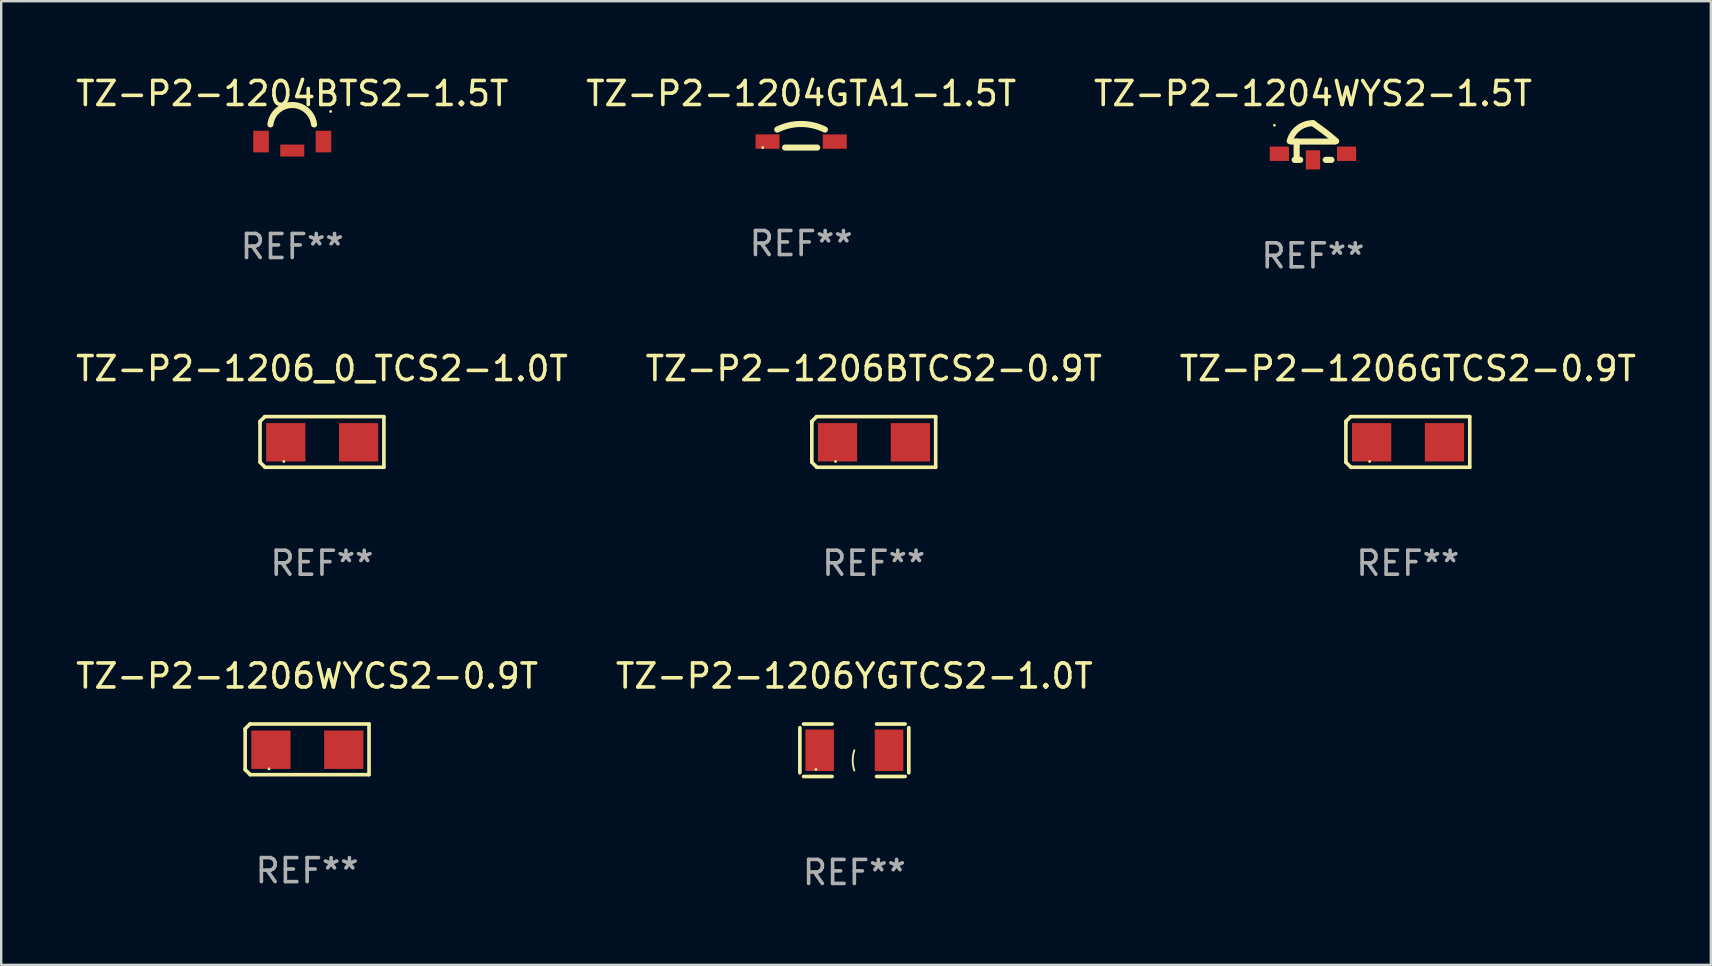
<source format=kicad_pcb>
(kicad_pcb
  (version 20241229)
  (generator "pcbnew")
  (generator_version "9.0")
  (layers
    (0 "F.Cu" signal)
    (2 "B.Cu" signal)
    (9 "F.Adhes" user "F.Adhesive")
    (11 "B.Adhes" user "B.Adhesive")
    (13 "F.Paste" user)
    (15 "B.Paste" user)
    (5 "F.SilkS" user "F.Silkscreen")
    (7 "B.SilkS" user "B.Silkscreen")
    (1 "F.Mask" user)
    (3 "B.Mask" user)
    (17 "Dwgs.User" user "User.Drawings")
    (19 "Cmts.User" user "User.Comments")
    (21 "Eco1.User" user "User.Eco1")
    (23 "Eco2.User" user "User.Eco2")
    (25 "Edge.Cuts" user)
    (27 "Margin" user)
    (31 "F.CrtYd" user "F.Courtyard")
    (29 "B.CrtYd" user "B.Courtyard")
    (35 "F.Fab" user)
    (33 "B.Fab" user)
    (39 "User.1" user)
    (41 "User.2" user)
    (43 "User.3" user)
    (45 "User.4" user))
  (footprint "TZ-P2-1206WYCS2-0.9T"
    (layer "F.Cu")
    (at 9.744 28.168)
    (property "Reference" "TZ-P2-1206WYCS2-0.9T" (at 0 -3.055 0) (layer "F.SilkS") (effects (font (size 1 1) (thickness 0.15))))
    (attr through_hole)
    (fp_line (start -2.58 -0.855) (end -2.38 -1.055) (stroke (width 0.15) (type solid)) (layer "F.SilkS"))
    (fp_line (start -2.58 -0.775) (end -2.58 -0.855) (stroke (width 0.15) (type solid)) (layer "F.SilkS"))
    (fp_line (start -2.58 -0.775) (end -2.58 0.845) (stroke (width 0.15) (type solid)) (layer "F.SilkS"))
    (fp_line (start -2.58 0.845) (end -2.37 1.055) (stroke (width 0.15) (type solid)) (layer "F.SilkS"))
    (fp_line (start -2.38 -1.055) (end 2.58 -1.055) (stroke (width 0.15) (type solid)) (layer "F.SilkS"))
    (fp_line (start 2.58 -1.055) (end 2.58 1.055) (stroke (width 0.15) (type solid)) (layer "F.SilkS"))
    (fp_line (start 2.58 1.055) (end -2.37 1.055) (stroke (width 0.15) (type solid)) (layer "F.SilkS"))
    (fp_circle (center -1.59 0.815) (end -1.56 0.815) (stroke (width 0.06) (type solid)) (fill no) (layer "F.SilkS"))
    (fp_text user "REF**" (at 0 5.055 0) (layer "F.Fab") (effects (font (size 1 1) (thickness 0.15))))
    (pad "1" smd rect (at -1.507 0.015) (size 1.635 1.6) (layers "F.Cu" "F.Mask" "F.Paste"))
    (pad "2" smd rect (at 1.527 0.015) (size 1.635 1.6) (layers "F.Cu" "F.Mask" "F.Paste")))
  (footprint "TZ-P2-1206GTCS2-0.9T"
    (layer "F.Cu")
    (at 55.601 15.362)
    (property "Reference" "TZ-P2-1206GTCS2-0.9T" (at 0 -3.055 0) (layer "F.SilkS") (effects (font (size 1 1) (thickness 0.15))))
    (attr through_hole)
    (fp_line (start -2.58 -0.855) (end -2.38 -1.055) (stroke (width 0.15) (type solid)) (layer "F.SilkS"))
    (fp_line (start -2.58 -0.775) (end -2.58 -0.855) (stroke (width 0.15) (type solid)) (layer "F.SilkS"))
    (fp_line (start -2.58 -0.775) (end -2.58 0.845) (stroke (width 0.15) (type solid)) (layer "F.SilkS"))
    (fp_line (start -2.58 0.845) (end -2.37 1.055) (stroke (width 0.15) (type solid)) (layer "F.SilkS"))
    (fp_line (start -2.38 -1.055) (end 2.58 -1.055) (stroke (width 0.15) (type solid)) (layer "F.SilkS"))
    (fp_line (start 2.58 -1.055) (end 2.58 1.055) (stroke (width 0.15) (type solid)) (layer "F.SilkS"))
    (fp_line (start 2.58 1.055) (end -2.37 1.055) (stroke (width 0.15) (type solid)) (layer "F.SilkS"))
    (fp_circle (center -1.59 0.815) (end -1.56 0.815) (stroke (width 0.06) (type solid)) (fill no) (layer "F.SilkS"))
    (fp_text user "REF**" (at 0 5.055 0) (layer "F.Fab") (effects (font (size 1 1) (thickness 0.15))))
    (pad "1" smd rect (at -1.507 0.015) (size 1.635 1.6) (layers "F.Cu" "F.Mask" "F.Paste"))
    (pad "2" smd rect (at 1.527 0.015) (size 1.635 1.6) (layers "F.Cu" "F.Mask" "F.Paste")))
  (footprint "TZ-P2-1206_0_TCS2-1.0T"
    (layer "F.Cu")
    (at 10.363 15.362)
    (property "Reference" "TZ-P2-1206_0_TCS2-1.0T" (at 0 -3.055 0) (layer "F.SilkS") (effects (font (size 1 1) (thickness 0.15))))
    (attr through_hole)
    (fp_line (start -2.58 -0.855) (end -2.38 -1.055) (stroke (width 0.15) (type solid)) (layer "F.SilkS"))
    (fp_line (start -2.58 -0.775) (end -2.58 -0.855) (stroke (width 0.15) (type solid)) (layer "F.SilkS"))
    (fp_line (start -2.58 -0.775) (end -2.58 0.845) (stroke (width 0.15) (type solid)) (layer "F.SilkS"))
    (fp_line (start -2.58 0.845) (end -2.37 1.055) (stroke (width 0.15) (type solid)) (layer "F.SilkS"))
    (fp_line (start -2.38 -1.055) (end 2.58 -1.055) (stroke (width 0.15) (type solid)) (layer "F.SilkS"))
    (fp_line (start 2.58 -1.055) (end 2.58 1.055) (stroke (width 0.15) (type solid)) (layer "F.SilkS"))
    (fp_line (start 2.58 1.055) (end -2.37 1.055) (stroke (width 0.15) (type solid)) (layer "F.SilkS"))
    (fp_circle (center -1.59 0.815) (end -1.56 0.815) (stroke (width 0.06) (type solid)) (fill no) (layer "F.SilkS"))
    (fp_text user "REF**" (at 0 5.055 0) (layer "F.Fab") (effects (font (size 1 1) (thickness 0.15))))
    (pad "1" smd rect (at -1.507 0.015) (size 1.635 1.6) (layers "F.Cu" "F.Mask" "F.Paste"))
    (pad "2" smd rect (at 1.527 0.015) (size 1.635 1.6) (layers "F.Cu" "F.Mask" "F.Paste")))
  (footprint "TZ-P2-1206YGTCS2-1.0T"
    (layer "F.Cu")
    (at 32.542 28.206)
    (property "Reference" "TZ-P2-1206YGTCS2-1.0T" (at 0 -3.093 0) (layer "F.SilkS") (effects (font (size 1 1) (thickness 0.15))))
    (attr through_hole)
    (fp_line (start -2.269 -0.94) (end -2.269 0.94) (stroke (width 0.152) (type solid)) (layer "F.SilkS"))
    (fp_line (start -2.116 1.093) (end -0.926 1.093) (stroke (width 0.152) (type solid)) (layer "F.SilkS"))
    (fp_line (start -0.926 -1.093) (end -2.116 -1.093) (stroke (width 0.152) (type solid)) (layer "F.SilkS"))
    (fp_line (start 0.926 -1.093) (end 2.116 -1.093) (stroke (width 0.152) (type solid)) (layer "F.SilkS"))
    (fp_line (start 2.116 1.093) (end 0.926 1.093) (stroke (width 0.152) (type solid)) (layer "F.SilkS"))
    (fp_line (start 2.269 -0.94) (end 2.269 0.94) (stroke (width 0.152) (type solid)) (layer "F.SilkS"))
    (fp_arc (start 0 0.844951) (mid -0.068559 0.422475) (end 0 0) (stroke (width 0.0762) (type solid)) (layer "F.SilkS"))
    (fp_circle (center -1.6 0.8) (end -1.57 0.8) (stroke (width 0.06) (type solid)) (fill no) (layer "F.SilkS"))
    (fp_text user "REF**" (at 0 5.093 0) (layer "F.Fab") (effects (font (size 1 1) (thickness 0.15))))
    (pad "1" smd rect (at -1.445 0) (size 1.19 1.728) (layers "F.Cu" "F.Mask" "F.Paste"))
    (pad "2" smd rect (at 1.445 0) (size 1.19 1.728) (layers "F.Cu" "F.Mask" "F.Paste")))
  (footprint "TZ-P2-1206BTCS2-0.9T"
    (layer "F.Cu")
    (at 33.351 15.362)
    (property "Reference" "TZ-P2-1206BTCS2-0.9T" (at 0 -3.055 0) (layer "F.SilkS") (effects (font (size 1 1) (thickness 0.15))))
    (attr through_hole)
    (fp_line (start -2.58 -0.855) (end -2.38 -1.055) (stroke (width 0.15) (type solid)) (layer "F.SilkS"))
    (fp_line (start -2.58 -0.775) (end -2.58 -0.855) (stroke (width 0.15) (type solid)) (layer "F.SilkS"))
    (fp_line (start -2.58 -0.775) (end -2.58 0.845) (stroke (width 0.15) (type solid)) (layer "F.SilkS"))
    (fp_line (start -2.58 0.845) (end -2.37 1.055) (stroke (width 0.15) (type solid)) (layer "F.SilkS"))
    (fp_line (start -2.38 -1.055) (end 2.58 -1.055) (stroke (width 0.15) (type solid)) (layer "F.SilkS"))
    (fp_line (start 2.58 -1.055) (end 2.58 1.055) (stroke (width 0.15) (type solid)) (layer "F.SilkS"))
    (fp_line (start 2.58 1.055) (end -2.37 1.055) (stroke (width 0.15) (type solid)) (layer "F.SilkS"))
    (fp_circle (center -1.59 0.815) (end -1.56 0.815) (stroke (width 0.06) (type solid)) (fill no) (layer "F.SilkS"))
    (fp_text user "REF**" (at 0 5.055 0) (layer "F.Fab") (effects (font (size 1 1) (thickness 0.15))))
    (pad "1" smd rect (at -1.508 0.015) (size 1.635 1.6) (layers "F.Cu" "F.Mask" "F.Paste"))
    (pad "2" smd rect (at 1.527 0.015) (size 1.635 1.6) (layers "F.Cu" "F.Mask" "F.Paste")))
  (footprint "TZ-P2-1204WYS2-1.5T"
    (layer "F.Cu")
    (at 51.649 3.229)
    (property "Reference" "TZ-P2-1204WYS2-1.5T" (at 0 -2.381 0) (layer "F.SilkS") (effects (font (size 1 1) (thickness 0.15))))
    (attr through_hole)
    (fp_line (start -0.903 -0.381) (end 0.903 -0.381) (stroke (width 0.254) (type solid)) (layer "F.SilkS"))
    (fp_line (start -0.762 0.381) (end -0.531 0.381) (stroke (width 0.254) (type solid)) (layer "F.SilkS"))
    (fp_line (start -0.68 -0.381) (end -0.68 0.381) (stroke (width 0.254) (type solid)) (layer "F.SilkS"))
    (fp_line (start 0.531 0.381) (end 0.769 0.381) (stroke (width 0.254) (type solid)) (layer "F.SilkS"))
    (fp_arc (start -0.967793 -0.397968) (mid -0.611623 -0.937193) (end -0.000051 -1.146) (stroke (width 0.254001) (type solid)) (layer "F.SilkS"))
    (fp_arc (start -0.000051 -1.145999) (mid 0.494868 -0.786276) (end 0.967691 -0.397968) (stroke (width 0.254001) (type solid)) (layer "F.SilkS"))
    (fp_circle (center -1.605 -1.061) (end -1.575 -1.061) (stroke (width 0.06) (type solid)) (fill no) (layer "F.SilkS"))
    (fp_text user "REF**" (at 0 4.381 0) (layer "F.Fab") (effects (font (size 1 1) (thickness 0.15))))
    (pad "1" smd rect (at -1.4 0.127 90) (size 0.6 0.8) (layers "F.Cu" "F.Mask" "F.Paste"))
    (pad "2" smd rect (at 1.4 0.127 90) (size 0.6 0.8) (layers "F.Cu" "F.Mask" "F.Paste"))
    (pad "3" smd rect (at 0 0.381 180) (size 0.6 0.8) (layers "F.Cu" "F.Mask" "F.Paste")))
  (footprint "TZ-P2-1204BTS2-1.5T"
    (layer "F.Cu")
    (at 9.125 3.035)
    (property "Reference" "TZ-P2-1204BTS2-1.5T" (at 0 -2.187 0) (layer "F.SilkS") (effects (font (size 1 1) (thickness 0.15))))
    (attr through_hole)
    (fp_arc (start -0.908813 -0.902312) (mid -0.000076 -1.710093) (end 0.908661 -0.902311) (stroke (width 0.254001) (type solid)) (layer "F.SilkS"))
    (fp_circle (center 1.6 -1.44) (end 1.63 -1.44) (stroke (width 0.06) (type solid)) (fill no) (layer "F.SilkS"))
    (fp_text user "REF**" (at 0 4.187 0) (layer "F.Fab") (effects (font (size 1 1) (thickness 0.15))))
    (pad "1" smd rect (at 1.3 -0.187) (size 0.65 0.9) (layers "F.Cu" "F.Mask" "F.Paste"))
    (pad "2" smd rect (at -1.3 -0.187) (size 0.65 0.9) (layers "F.Cu" "F.Mask" "F.Paste"))
    (pad "3" smd rect (at -0.000127 0.187) (size 1 0.5) (layers "F.Cu" "F.Mask" "F.Paste")))
  (footprint "TZ-P2-1204GTA1-1.5T"
    (layer "F.Cu")
    (at 30.327 2.973)
    (property "Reference" "TZ-P2-1204GTA1-1.5T" (at 0 -2.125 0) (layer "F.SilkS") (effects (font (size 1 1) (thickness 0.15))))
    (attr through_hole)
    (fp_line (start 0.669 0.125) (end -0.669 0.125) (stroke (width 0.254) (type solid)) (layer "F.SilkS"))
    (fp_arc (start -0.995809 -0.624524) (mid -0.00307 -0.857564) (end 0.989485 -0.623737) (stroke (width 0.254001) (type solid)) (layer "F.SilkS"))
    (fp_circle (center -1.6 0.125) (end -1.57 0.125) (stroke (width 0.06) (type solid)) (fill no) (layer "F.SilkS"))
    (fp_text user "REF**" (at 0 4.125 0) (layer "F.Fab") (effects (font (size 1 1) (thickness 0.15))))
    (pad "1" smd rect (at -1.4 -0.125) (size 1 0.6) (layers "F.Cu" "F.Mask" "F.Paste"))
    (pad "2" smd rect (at 1.4 -0.125) (size 1 0.6) (layers "F.Cu" "F.Mask" "F.Paste")))
  (gr_rect
    (start -3 -3)
    (end 68.226 37.147)
    (stroke (width 0.1) (type default))
    (fill no)
    (layer "Edge.Cuts")))
</source>
